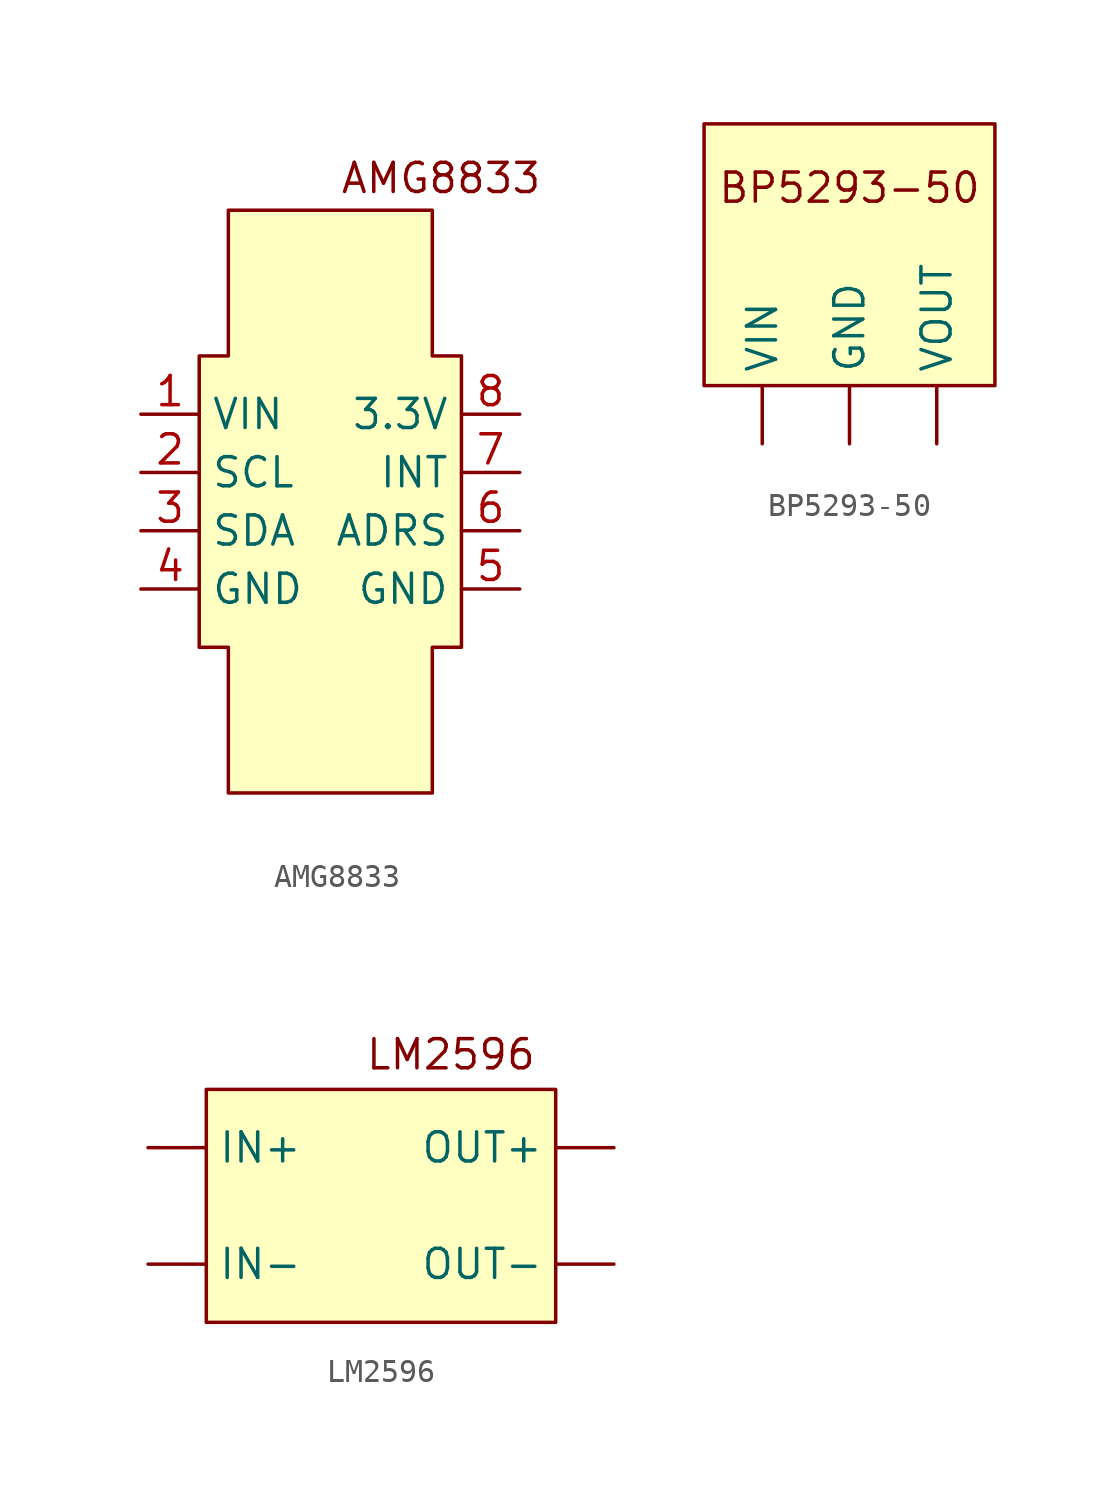
<source format=kicad_sym>
(kicad_symbol_lib
  (version 20241209)
  (generator "kicad_symbol_editor")
  (generator_version "9.0")
  (symbol "AMG8833"
    (property "Reference" "U"
      (at 4.826 -8.128 90)
      (effects (font (size 1.27 1.27)) (hide yes)))
    (property "Value" ""
      (at 0 0 0)
      (effects (font (size 1.27 1.27))))
    (symbol "AMG8833_1_1"
      (polyline (pts (xy 3.175 5.715) (xy 3.175 -6.985) (xy 1.905 -6.985) (xy 1.905 -13.335) (xy -6.985 -13.335) (xy -6.985 -6.985) (xy -8.255 -6.985) (xy -8.255 5.715) (xy -6.985 5.715) (xy -6.985 12.065) (xy 1.905 12.065) (xy 1.905 5.715) (xy 3.175 5.715)) (stroke (width 0) (type solid)) (fill (type background)))
      (text "AMG8833" (at 2.286 13.462 0) (effects (font (size 1.27 1.27))))
      (pin open_collector line (at -10.795 3.175 0) (length 2.54) (name "VIN" (effects (font (size 1.27 1.27)))) (number "1" (effects (font (size 1.27 1.27)))))
      (pin open_collector line (at -10.795 0.635 0) (length 2.54) (name "SCL" (effects (font (size 1.27 1.27)))) (number "2" (effects (font (size 1.27 1.27)))))
      (pin open_collector line (at -10.795 -1.905 0) (length 2.54) (name "SDA" (effects (font (size 1.27 1.27)))) (number "3" (effects (font (size 1.27 1.27)))))
      (pin open_collector line (at -10.795 -4.445 0) (length 2.54) (name "GND" (effects (font (size 1.27 1.27)))) (number "4" (effects (font (size 1.27 1.27)))))
      (pin open_collector line (at 5.715 3.175 180) (length 2.54) (name "3.3V" (effects (font (size 1.27 1.27)))) (number "8" (effects (font (size 1.27 1.27)))))
      (pin open_collector line (at 5.715 0.635 180) (length 2.54) (name "INT" (effects (font (size 1.27 1.27)))) (number "7" (effects (font (size 1.27 1.27)))))
      (pin open_collector line (at 5.715 -1.905 180) (length 2.54) (name "ADRS" (effects (font (size 1.27 1.27)))) (number "6" (effects (font (size 1.27 1.27)))))
      (pin open_collector line (at 5.715 -4.445 180) (length 2.54) (name "GND" (effects (font (size 1.27 1.27)))) (number "5" (effects (font (size 1.27 1.27)))))))
  (symbol "BP5293-50"
    (property "Reference" "U"
      (at 0 0 0)
      (effects (font (size 1.27 1.27)) (hide yes)))
    (property "Value" ""
      (at 0 0 0)
      (effects (font (size 1.27 1.27))))
    (symbol "BP5293-50_1_1"
      (polyline (pts (xy -6.35 0) (xy 6.35 0) (xy 6.35 11.43) (xy -6.35 11.43) (xy -6.35 0)) (stroke (width 0) (type solid)) (fill (type background)))
      (text "BP5293-50" (at 0 8.636 0) (effects (font (size 1.27 1.27))))
      (pin open_collector line (at -3.81 -2.54 90) (length 2.54) (name "VIN" (effects (font (size 1.27 1.27)))) (number "" (effects (font (size 1.27 1.27)))))
      (pin open_collector line (at 0 -2.54 90) (length 2.54) (name "GND" (effects (font (size 1.27 1.27)))) (number "" (effects (font (size 1.27 1.27)))))
      (pin open_collector line (at 3.81 -2.54 90) (length 2.54) (name "VOUT" (effects (font (size 1.27 1.27)))) (number "" (effects (font (size 1.27 1.27)))))))
  (symbol "LM2596"
    (property "Reference" "U"
      (at 0 0 0)
      (effects (font (size 1.27 1.27)) (hide yes)))
    (property "Value" ""
      (at 0 0 0)
      (effects (font (size 1.27 1.27))))
    (symbol "LM2596_1_1"
      (rectangle (start -6.35 5.08) (end 8.89 -5.08) (stroke (width 0) (type solid)) (fill (type background)))
      (text "LM2596" (at 4.318 6.604 0) (effects (font (size 1.27 1.27))))
      (pin open_collector line (at -8.89 2.54 0) (length 2.54) (name "IN+" (effects (font (size 1.27 1.27)))) (number "" (effects (font (size 1.27 1.27)))))
      (pin open_collector line (at -8.89 -2.54 0) (length 2.54) (name "IN-" (effects (font (size 1.27 1.27)))) (number "" (effects (font (size 1.27 1.27)))))
      (pin open_collector line (at 11.43 2.54 180) (length 2.54) (name "OUT+" (effects (font (size 1.27 1.27)))) (number "" (effects (font (size 1.27 1.27)))))
      (pin open_collector line (at 11.43 -2.54 180) (length 2.54) (name "OUT-" (effects (font (size 1.27 1.27)))) (number "" (effects (font (size 1.27 1.27))))))))
</source>
